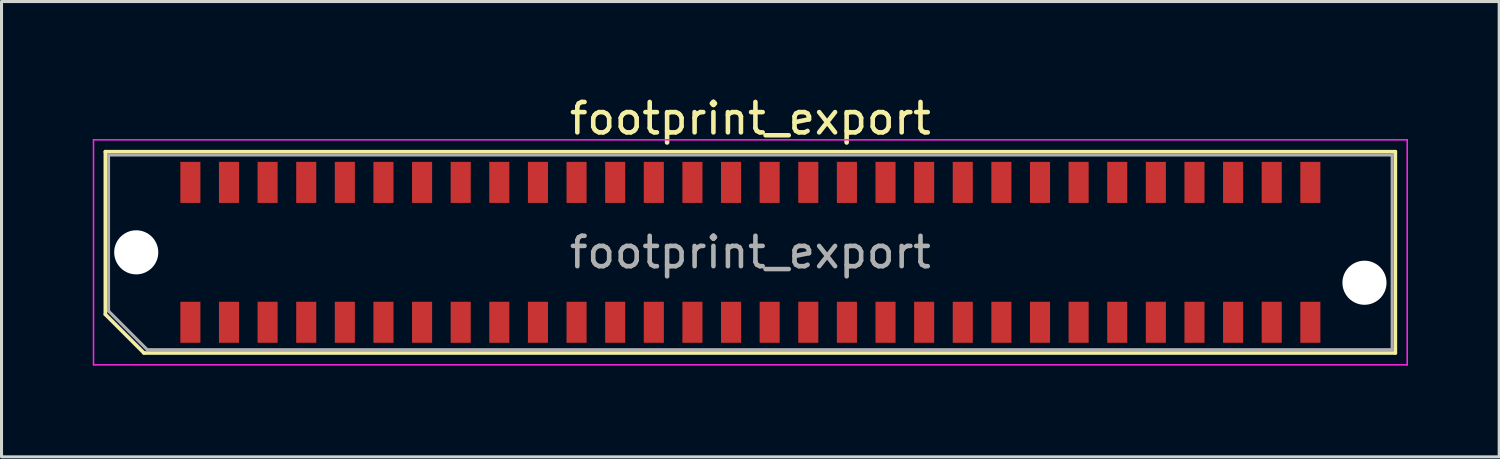
<source format=kicad_pcb>
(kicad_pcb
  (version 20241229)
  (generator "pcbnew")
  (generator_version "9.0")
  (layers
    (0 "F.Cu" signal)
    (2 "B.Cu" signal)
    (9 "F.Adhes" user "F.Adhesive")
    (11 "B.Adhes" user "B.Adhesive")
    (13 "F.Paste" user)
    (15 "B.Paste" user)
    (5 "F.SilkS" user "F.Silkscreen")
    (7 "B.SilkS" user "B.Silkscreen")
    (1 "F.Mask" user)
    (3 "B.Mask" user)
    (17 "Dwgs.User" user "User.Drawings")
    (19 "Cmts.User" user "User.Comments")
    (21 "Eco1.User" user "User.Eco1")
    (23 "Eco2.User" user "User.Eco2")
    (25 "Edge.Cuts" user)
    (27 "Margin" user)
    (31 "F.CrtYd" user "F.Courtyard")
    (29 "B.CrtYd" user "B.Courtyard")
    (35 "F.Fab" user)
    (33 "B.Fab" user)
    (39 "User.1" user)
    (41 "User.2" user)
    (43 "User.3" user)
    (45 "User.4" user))
  (footprint "footprint_export"
    (layer "F.Cu")
    (at 21.625 5.248)
    (property "Reference" "footprint_export" (at 0 -4.4 0) (layer "F.SilkS") (effects (font (size 1 1) (thickness 0.15))))
    (attr smd)
    (fp_line (start -21.21 -3.31) (end 21.21 -3.31) (stroke (width 0.12) (type solid)) (layer "F.SilkS"))
    (fp_line (start -21.21 2.04) (end -21.21 -3.31) (stroke (width 0.12) (type solid)) (layer "F.SilkS"))
    (fp_line (start -19.94 3.31) (end -21.21 2.04) (stroke (width 0.12) (type solid)) (layer "F.SilkS"))
    (fp_line (start -19.94 3.31) (end 21.21 3.31) (stroke (width 0.12) (type solid)) (layer "F.SilkS"))
    (fp_line (start 21.21 3.31) (end 21.21 -3.31) (stroke (width 0.12) (type solid)) (layer "F.SilkS"))
    (fp_line (start -21.6 -3.7) (end -21.6 3.7) (stroke (width 0.05) (type solid)) (layer "F.CrtYd"))
    (fp_line (start -21.6 3.7) (end 21.6 3.7) (stroke (width 0.05) (type solid)) (layer "F.CrtYd"))
    (fp_line (start 21.6 -3.7) (end -21.6 -3.7) (stroke (width 0.05) (type solid)) (layer "F.CrtYd"))
    (fp_line (start 21.6 3.7) (end 21.6 -3.7) (stroke (width 0.05) (type solid)) (layer "F.CrtYd"))
    (fp_line (start -21.105 -3.2) (end 21.105 -3.2) (stroke (width 0.1) (type solid)) (layer "F.Fab"))
    (fp_line (start -21.105 1.93) (end -21.105 -3.2) (stroke (width 0.1) (type solid)) (layer "F.Fab"))
    (fp_line (start -21.105 1.93) (end -19.835 3.2) (stroke (width 0.1) (type solid)) (layer "F.Fab"))
    (fp_line (start -19.835 3.2) (end 21.105 3.2) (stroke (width 0.1) (type solid)) (layer "F.Fab"))
    (fp_line (start 21.105 3.2) (end 21.105 -3.2) (stroke (width 0.1) (type solid)) (layer "F.Fab"))
    (fp_text user "${REFERENCE}" (at 0 0 0) (layer "F.Fab") (effects (font (size 1 1) (thickness 0.15))))
    (pad "" np_thru_hole circle (at -20.195 0) (size 1.45 1.45) (drill 1.45) (layers "*.Cu" "*.Mask"))
    (pad "" np_thru_hole circle (at 20.195 1) (size 1.45 1.45) (drill 1.45) (layers "*.Cu" "*.Mask"))
    (pad "1" smd rect (at -18.415 2.3) (size 0.66 1.35) (layers "F.Cu" "F.Mask" "F.Paste"))
    (pad "2" smd rect (at -18.415 -2.3) (size 0.66 1.35) (layers "F.Cu" "F.Mask" "F.Paste"))
    (pad "3" smd rect (at -17.145 2.3) (size 0.66 1.35) (layers "F.Cu" "F.Mask" "F.Paste"))
    (pad "4" smd rect (at -17.145 -2.3) (size 0.66 1.35) (layers "F.Cu" "F.Mask" "F.Paste"))
    (pad "5" smd rect (at -15.875 2.3) (size 0.66 1.35) (layers "F.Cu" "F.Mask" "F.Paste"))
    (pad "6" smd rect (at -15.875 -2.3) (size 0.66 1.35) (layers "F.Cu" "F.Mask" "F.Paste"))
    (pad "7" smd rect (at -14.605 2.3) (size 0.66 1.35) (layers "F.Cu" "F.Mask" "F.Paste"))
    (pad "8" smd rect (at -14.605 -2.3) (size 0.66 1.35) (layers "F.Cu" "F.Mask" "F.Paste"))
    (pad "9" smd rect (at -13.335 2.3) (size 0.66 1.35) (layers "F.Cu" "F.Mask" "F.Paste"))
    (pad "10" smd rect (at -13.335 -2.3) (size 0.66 1.35) (layers "F.Cu" "F.Mask" "F.Paste"))
    (pad "11" smd rect (at -12.065 2.3) (size 0.66 1.35) (layers "F.Cu" "F.Mask" "F.Paste"))
    (pad "12" smd rect (at -12.065 -2.3) (size 0.66 1.35) (layers "F.Cu" "F.Mask" "F.Paste"))
    (pad "13" smd rect (at -10.795 2.3) (size 0.66 1.35) (layers "F.Cu" "F.Mask" "F.Paste"))
    (pad "14" smd rect (at -10.795 -2.3) (size 0.66 1.35) (layers "F.Cu" "F.Mask" "F.Paste"))
    (pad "15" smd rect (at -9.525 2.3) (size 0.66 1.35) (layers "F.Cu" "F.Mask" "F.Paste"))
    (pad "16" smd rect (at -9.525 -2.3) (size 0.66 1.35) (layers "F.Cu" "F.Mask" "F.Paste"))
    (pad "17" smd rect (at -8.255 2.3) (size 0.66 1.35) (layers "F.Cu" "F.Mask" "F.Paste"))
    (pad "18" smd rect (at -8.255 -2.3) (size 0.66 1.35) (layers "F.Cu" "F.Mask" "F.Paste"))
    (pad "19" smd rect (at -6.985 2.3) (size 0.66 1.35) (layers "F.Cu" "F.Mask" "F.Paste"))
    (pad "20" smd rect (at -6.985 -2.3) (size 0.66 1.35) (layers "F.Cu" "F.Mask" "F.Paste"))
    (pad "21" smd rect (at -5.715 2.3) (size 0.66 1.35) (layers "F.Cu" "F.Mask" "F.Paste"))
    (pad "22" smd rect (at -5.715 -2.3) (size 0.66 1.35) (layers "F.Cu" "F.Mask" "F.Paste"))
    (pad "23" smd rect (at -4.445 2.3) (size 0.66 1.35) (layers "F.Cu" "F.Mask" "F.Paste"))
    (pad "24" smd rect (at -4.445 -2.3) (size 0.66 1.35) (layers "F.Cu" "F.Mask" "F.Paste"))
    (pad "25" smd rect (at -3.175 2.3) (size 0.66 1.35) (layers "F.Cu" "F.Mask" "F.Paste"))
    (pad "26" smd rect (at -3.175 -2.3) (size 0.66 1.35) (layers "F.Cu" "F.Mask" "F.Paste"))
    (pad "27" smd rect (at -1.905 2.3) (size 0.66 1.35) (layers "F.Cu" "F.Mask" "F.Paste"))
    (pad "28" smd rect (at -1.905 -2.3) (size 0.66 1.35) (layers "F.Cu" "F.Mask" "F.Paste"))
    (pad "29" smd rect (at -0.635 2.3) (size 0.66 1.35) (layers "F.Cu" "F.Mask" "F.Paste"))
    (pad "30" smd rect (at -0.635 -2.3) (size 0.66 1.35) (layers "F.Cu" "F.Mask" "F.Paste"))
    (pad "31" smd rect (at 0.635 2.3) (size 0.66 1.35) (layers "F.Cu" "F.Mask" "F.Paste"))
    (pad "32" smd rect (at 0.635 -2.3) (size 0.66 1.35) (layers "F.Cu" "F.Mask" "F.Paste"))
    (pad "33" smd rect (at 1.905 2.3) (size 0.66 1.35) (layers "F.Cu" "F.Mask" "F.Paste"))
    (pad "34" smd rect (at 1.905 -2.3) (size 0.66 1.35) (layers "F.Cu" "F.Mask" "F.Paste"))
    (pad "35" smd rect (at 3.175 2.3) (size 0.66 1.35) (layers "F.Cu" "F.Mask" "F.Paste"))
    (pad "36" smd rect (at 3.175 -2.3) (size 0.66 1.35) (layers "F.Cu" "F.Mask" "F.Paste"))
    (pad "37" smd rect (at 4.445 2.3) (size 0.66 1.35) (layers "F.Cu" "F.Mask" "F.Paste"))
    (pad "38" smd rect (at 4.445 -2.3) (size 0.66 1.35) (layers "F.Cu" "F.Mask" "F.Paste"))
    (pad "39" smd rect (at 5.715 2.3) (size 0.66 1.35) (layers "F.Cu" "F.Mask" "F.Paste"))
    (pad "40" smd rect (at 5.715 -2.3) (size 0.66 1.35) (layers "F.Cu" "F.Mask" "F.Paste"))
    (pad "41" smd rect (at 6.985 2.3) (size 0.66 1.35) (layers "F.Cu" "F.Mask" "F.Paste"))
    (pad "42" smd rect (at 6.985 -2.3) (size 0.66 1.35) (layers "F.Cu" "F.Mask" "F.Paste"))
    (pad "43" smd rect (at 8.255 2.3) (size 0.66 1.35) (layers "F.Cu" "F.Mask" "F.Paste"))
    (pad "44" smd rect (at 8.255 -2.3) (size 0.66 1.35) (layers "F.Cu" "F.Mask" "F.Paste"))
    (pad "45" smd rect (at 9.525 2.3) (size 0.66 1.35) (layers "F.Cu" "F.Mask" "F.Paste"))
    (pad "46" smd rect (at 9.525 -2.3) (size 0.66 1.35) (layers "F.Cu" "F.Mask" "F.Paste"))
    (pad "47" smd rect (at 10.795 2.3) (size 0.66 1.35) (layers "F.Cu" "F.Mask" "F.Paste"))
    (pad "48" smd rect (at 10.795 -2.3) (size 0.66 1.35) (layers "F.Cu" "F.Mask" "F.Paste"))
    (pad "49" smd rect (at 12.065 2.3) (size 0.66 1.35) (layers "F.Cu" "F.Mask" "F.Paste"))
    (pad "50" smd rect (at 12.065 -2.3) (size 0.66 1.35) (layers "F.Cu" "F.Mask" "F.Paste"))
    (pad "51" smd rect (at 13.335 2.3) (size 0.66 1.35) (layers "F.Cu" "F.Mask" "F.Paste"))
    (pad "52" smd rect (at 13.335 -2.3) (size 0.66 1.35) (layers "F.Cu" "F.Mask" "F.Paste"))
    (pad "53" smd rect (at 14.605 2.3) (size 0.66 1.35) (layers "F.Cu" "F.Mask" "F.Paste"))
    (pad "54" smd rect (at 14.605 -2.3) (size 0.66 1.35) (layers "F.Cu" "F.Mask" "F.Paste"))
    (pad "55" smd rect (at 15.875 2.3) (size 0.66 1.35) (layers "F.Cu" "F.Mask" "F.Paste"))
    (pad "56" smd rect (at 15.875 -2.3) (size 0.66 1.35) (layers "F.Cu" "F.Mask" "F.Paste"))
    (pad "57" smd rect (at 17.145 2.3) (size 0.66 1.35) (layers "F.Cu" "F.Mask" "F.Paste"))
    (pad "58" smd rect (at 17.145 -2.3) (size 0.66 1.35) (layers "F.Cu" "F.Mask" "F.Paste"))
    (pad "59" smd rect (at 18.415 2.3) (size 0.66 1.35) (layers "F.Cu" "F.Mask" "F.Paste"))
    (pad "60" smd rect (at 18.415 -2.3) (size 0.66 1.35) (layers "F.Cu" "F.Mask" "F.Paste")))
  (gr_rect
    (start -3 -3)
    (end 46.25 11.973)
    (stroke (width 0.1) (type default))
    (fill no)
    (layer "Edge.Cuts")))
</source>
